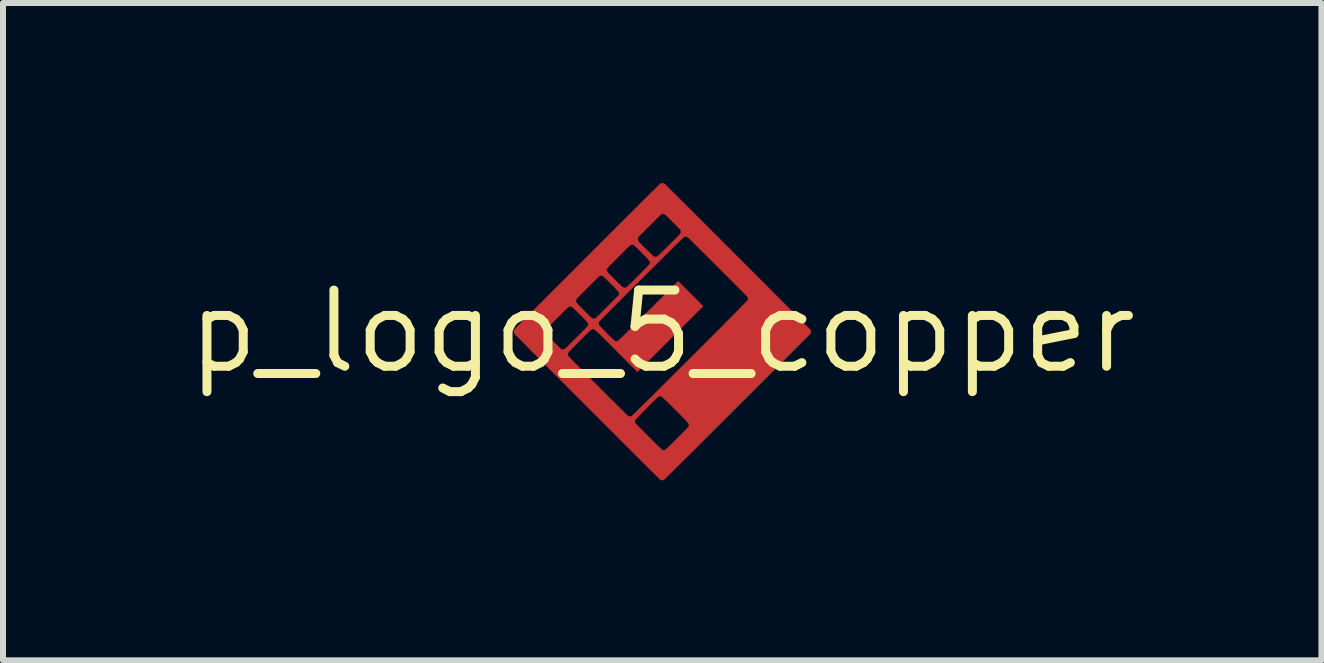
<source format=kicad_pcb>
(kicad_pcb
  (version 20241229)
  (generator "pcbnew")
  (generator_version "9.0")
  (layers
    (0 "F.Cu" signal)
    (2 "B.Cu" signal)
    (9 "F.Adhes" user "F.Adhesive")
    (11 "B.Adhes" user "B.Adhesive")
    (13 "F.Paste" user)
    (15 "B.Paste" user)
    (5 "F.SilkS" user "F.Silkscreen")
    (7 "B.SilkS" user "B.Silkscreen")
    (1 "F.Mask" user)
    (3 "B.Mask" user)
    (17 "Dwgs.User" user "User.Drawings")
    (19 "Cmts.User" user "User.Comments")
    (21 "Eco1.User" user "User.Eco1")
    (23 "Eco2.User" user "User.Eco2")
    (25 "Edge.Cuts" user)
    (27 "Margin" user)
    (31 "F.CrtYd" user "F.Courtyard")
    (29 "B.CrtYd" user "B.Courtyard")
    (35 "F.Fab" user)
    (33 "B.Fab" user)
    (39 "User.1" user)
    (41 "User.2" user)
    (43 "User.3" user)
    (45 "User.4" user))
  (footprint "p_logo_5_copper"
    (layer "F.Cu")
    (at 7.99 2.476)
    (property "Reference" "p_logo_5_copper" (at 0 0 0) (layer "F.SilkS") (effects (font (size 1.27 1.27) (thickness 0.15))))
    (attr through_hole)
    (fp_poly (pts (xy 0.013 -2.469) (xy 0.03 -2.463) (xy 0.035 -2.46) (xy 0.038 -2.457) (xy 0.044 -2.451) (xy 0.055 -2.441) (xy 0.069 -2.427) (xy 0.086 -2.41) (xy 0.107 -2.39) (xy 0.131 -2.366) (xy 0.158 -2.339) (xy 0.188 -2.309) (xy 0.221 -2.277) (xy 0.256 -2.242) (xy 0.294 -2.204) (xy 0.334 -2.164) (xy 0.377 -2.122) (xy 0.421 -2.077) (xy 0.468 -2.031) (xy 0.516 -1.983) (xy 0.566 -1.932) (xy 0.618 -1.881) (xy 0.671 -1.828) (xy 0.726 -1.773) (xy 0.782 -1.717) (xy 0.838 -1.661) (xy 0.896 -1.603) (xy 0.955 -1.545) (xy 1.014 -1.485) (xy 1.073 -1.426) (xy 1.134 -1.366) (xy 1.194 -1.305) (xy 1.254 -1.245) (xy 1.315 -1.184) (xy 1.375 -1.124) (xy 1.435 -1.064) (xy 1.495 -1.004) (xy 1.554 -0.945) (xy 1.612 -0.886) (xy 1.67 -0.828) (xy 1.727 -0.772) (xy 1.782 -0.716) (xy 1.837 -0.661) (xy 1.89 -0.608) (xy 1.942 -0.556) (xy 1.992 -0.506) (xy 2.04 -0.457) (xy 2.086 -0.411) (xy 2.131 -0.366) (xy 2.173 -0.323) (xy 2.213 -0.283) (xy 2.251 -0.245) (xy 2.286 -0.21) (xy 2.319 -0.177) (xy 2.348 -0.147) (xy 2.375 -0.12) (xy 2.399 -0.096) (xy 2.419 -0.075) (xy 2.436 -0.058) (xy 2.45 -0.044) (xy 2.46 -0.033) (xy 2.467 -0.026) (xy 2.469 -0.023) (xy 2.469 -0.023) (xy 2.474 -0.007) (xy 2.475 0.01) (xy 2.47 0.027) (xy 2.469 0.03) (xy 2.467 0.032) (xy 2.463 0.037) (xy 2.457 0.043) (xy 2.449 0.052) (xy 2.438 0.063) (xy 2.425 0.076) (xy 2.41 0.092) (xy 2.392 0.111) (xy 2.371 0.132) (xy 2.347 0.156) (xy 2.321 0.182) (xy 2.292 0.211) (xy 2.26 0.244) (xy 2.225 0.279) (xy 2.187 0.317) (xy 2.146 0.358) (xy 2.102 0.402) (xy 2.055 0.449) (xy 2.004 0.5) (xy 1.95 0.554) (xy 1.893 0.611) (xy 1.832 0.672) (xy 1.768 0.737) (xy 1.7 0.804) (xy 1.628 0.876) (xy 1.553 0.951) (xy 1.474 1.03) (xy 1.391 1.113) (xy 1.304 1.199) (xy 1.251 1.253) (xy 1.181 1.322) (xy 1.113 1.391) (xy 1.045 1.458) (xy 0.979 1.524) (xy 0.914 1.589) (xy 0.851 1.652) (xy 0.789 1.714) (xy 0.728 1.774) (xy 0.67 1.833) (xy 0.613 1.889) (xy 0.558 1.944) (xy 0.505 1.997) (xy 0.454 2.047) (xy 0.406 2.095) (xy 0.36 2.141) (xy 0.316 2.184) (xy 0.276 2.225) (xy 0.237 2.263) (xy 0.202 2.298) (xy 0.17 2.33) (xy 0.14 2.359) (xy 0.114 2.385) (xy 0.091 2.407) (xy 0.072 2.427) (xy 0.056 2.442) (xy 0.043 2.455) (xy 0.035 2.463) (xy 0.03 2.468) (xy 0.029 2.469) (xy 0.014 2.475) (xy -0.001 2.477) (xy -0.015 2.475) (xy -0.017 2.474) (xy -0.027 2.47) (xy -0.035 2.465) (xy -0.036 2.464) (xy -0.038 2.462) (xy -0.044 2.456) (xy -0.054 2.446) (xy -0.068 2.432) (xy -0.086 2.415) (xy -0.106 2.394) (xy -0.13 2.37) (xy -0.158 2.343) (xy -0.188 2.313) (xy -0.222 2.28) (xy -0.258 2.243) (xy -0.297 2.204) (xy -0.339 2.163) (xy -0.383 2.118) (xy -0.43 2.072) (xy -0.479 2.023) (xy -0.53 1.971) (xy -0.584 1.918) (xy -0.64 1.862) (xy -0.697 1.805) (xy -0.756 1.746) (xy -0.817 1.685) (xy -0.88 1.622) (xy -0.944 1.558) (xy -0.998 1.503) (xy -0.459 1.503) (xy -0.454 1.521) (xy -0.451 1.528) (xy -0.448 1.532) (xy -0.443 1.538) (xy -0.435 1.547) (xy -0.424 1.559) (xy -0.41 1.573) (xy -0.393 1.591) (xy -0.373 1.611) (xy -0.35 1.635) (xy -0.322 1.662) (xy -0.292 1.693) (xy -0.257 1.728) (xy -0.229 1.756) (xy -0.2 1.785) (xy -0.172 1.813) (xy -0.145 1.839) (xy -0.12 1.864) (xy -0.096 1.887) (xy -0.075 1.908) (xy -0.056 1.927) (xy -0.04 1.943) (xy -0.026 1.956) (xy -0.016 1.966) (xy -0.009 1.972) (xy -0.006 1.974) (xy 0.011 1.981) (xy 0.026 1.983) (xy 0.042 1.98) (xy 0.054 1.975) (xy 0.057 1.973) (xy 0.063 1.968) (xy 0.07 1.961) (xy 0.081 1.952) (xy 0.094 1.94) (xy 0.109 1.925) (xy 0.128 1.906) (xy 0.15 1.885) (xy 0.175 1.86) (xy 0.204 1.831) (xy 0.237 1.799) (xy 0.25 1.785) (xy 0.282 1.754) (xy 0.31 1.726) (xy 0.334 1.701) (xy 0.355 1.68) (xy 0.374 1.662) (xy 0.389 1.646) (xy 0.402 1.633) (xy 0.412 1.622) (xy 0.421 1.613) (xy 0.427 1.606) (xy 0.432 1.6) (xy 0.436 1.595) (xy 0.439 1.591) (xy 0.441 1.587) (xy 0.442 1.585) (xy 0.448 1.568) (xy 0.448 1.551) (xy 0.443 1.533) (xy 0.442 1.531) (xy 0.439 1.527) (xy 0.432 1.52) (xy 0.422 1.509) (xy 0.409 1.495) (xy 0.394 1.479) (xy 0.375 1.46) (xy 0.355 1.439) (xy 0.333 1.417) (xy 0.309 1.393) (xy 0.285 1.368) (xy 0.259 1.342) (xy 0.233 1.316) (xy 0.207 1.29) (xy 0.181 1.264) (xy 0.155 1.238) (xy 0.13 1.213) (xy 0.106 1.19) (xy 0.084 1.168) (xy 0.063 1.148) (xy 0.044 1.13) (xy 0.028 1.114) (xy 0.014 1.101) (xy 0.004 1.091) (xy -0.003 1.085) (xy -0.007 1.082) (xy -0.025 1.077) (xy -0.042 1.076) (xy -0.06 1.081) (xy -0.061 1.082) (xy -0.064 1.084) (xy -0.068 1.086) (xy -0.072 1.089) (xy -0.077 1.093) (xy -0.083 1.098) (xy -0.091 1.105) (xy -0.101 1.114) (xy -0.112 1.125) (xy -0.125 1.138) (xy -0.142 1.154) (xy -0.16 1.173) (xy -0.182 1.195) (xy -0.207 1.22) (xy -0.236 1.248) (xy -0.261 1.273) (xy -0.287 1.301) (xy -0.313 1.327) (xy -0.338 1.352) (xy -0.361 1.375) (xy -0.382 1.397) (xy -0.4 1.416) (xy -0.417 1.433) (xy -0.43 1.447) (xy -0.44 1.458) (xy -0.448 1.466) (xy -0.451 1.47) (xy -0.451 1.47) (xy -0.457 1.486) (xy -0.459 1.503) (xy -0.998 1.503) (xy -1.009 1.493) (xy -1.076 1.426) (xy -1.143 1.359) (xy -1.212 1.29) (xy -1.252 1.25) (xy -1.339 1.163) (xy -1.421 1.081) (xy -1.499 1.002) (xy -1.574 0.928) (xy -1.645 0.856) (xy -1.713 0.789) (xy -1.777 0.725) (xy -1.837 0.664) (xy -1.895 0.607) (xy -1.949 0.553) (xy -1.999 0.502) (xy -2.047 0.454) (xy -2.091 0.409) (xy -2.127 0.373) (xy -1.577 0.373) (xy -1.576 0.391) (xy -1.572 0.406) (xy -1.57 0.409) (xy -1.567 0.413) (xy -1.562 0.419) (xy -1.554 0.427) (xy -1.545 0.437) (xy -1.533 0.449) (xy -1.519 0.464) (xy -1.502 0.481) (xy -1.483 0.501) (xy -1.461 0.524) (xy -1.435 0.55) (xy -1.406 0.579) (xy -1.374 0.611) (xy -1.339 0.647) (xy -1.3 0.686) (xy -1.256 0.729) (xy -1.242 0.744) (xy -1.206 0.78) (xy -1.17 0.816) (xy -1.136 0.85) (xy -1.102 0.884) (xy -1.07 0.916) (xy -1.04 0.946) (xy -1.012 0.975) (xy -0.985 1.001) (xy -0.962 1.025) (xy -0.94 1.047) (xy -0.922 1.065) (xy -0.907 1.081) (xy -0.895 1.093) (xy -0.886 1.101) (xy -0.883 1.104) (xy -0.871 1.117) (xy -0.858 1.129) (xy -0.847 1.14) (xy -0.837 1.149) (xy -0.833 1.152) (xy -0.825 1.159) (xy -0.819 1.164) (xy -0.816 1.167) (xy -0.816 1.167) (xy -0.814 1.17) (xy -0.808 1.176) (xy -0.799 1.186) (xy -0.787 1.198) (xy -0.773 1.212) (xy -0.757 1.228) (xy -0.74 1.246) (xy -0.721 1.264) (xy -0.702 1.283) (xy -0.683 1.302) (xy -0.664 1.321) (xy -0.646 1.339) (xy -0.629 1.356) (xy -0.613 1.371) (xy -0.6 1.384) (xy -0.589 1.395) (xy -0.58 1.403) (xy -0.575 1.407) (xy -0.574 1.408) (xy -0.557 1.418) (xy -0.54 1.422) (xy -0.524 1.421) (xy -0.509 1.415) (xy -0.506 1.413) (xy -0.499 1.406) (xy -0.488 1.396) (xy -0.474 1.383) (xy -0.457 1.366) (xy -0.436 1.345) (xy -0.412 1.322) (xy -0.385 1.296) (xy -0.356 1.266) (xy -0.323 1.235) (xy -0.289 1.2) (xy -0.252 1.164) (xy -0.212 1.125) (xy -0.171 1.084) (xy -0.128 1.041) (xy -0.083 0.997) (xy -0.037 0.951) (xy 0.011 0.903) (xy 0.06 0.854) (xy 0.111 0.804) (xy 0.162 0.753) (xy 0.214 0.701) (xy 0.267 0.648) (xy 0.32 0.595) (xy 0.374 0.542) (xy 0.428 0.488) (xy 0.482 0.434) (xy 0.536 0.38) (xy 0.59 0.326) (xy 0.643 0.273) (xy 0.696 0.22) (xy 0.748 0.168) (xy 0.799 0.117) (xy 0.85 0.066) (xy 0.899 0.017) (xy 0.947 -0.031) (xy 0.994 -0.078) (xy 1.039 -0.123) (xy 1.082 -0.167) (xy 1.123 -0.208) (xy 1.163 -0.248) (xy 1.2 -0.285) (xy 1.235 -0.321) (xy 1.267 -0.353) (xy 1.297 -0.384) (xy 1.324 -0.411) (xy 1.348 -0.436) (xy 1.369 -0.457) (xy 1.387 -0.475) (xy 1.402 -0.49) (xy 1.413 -0.502) (xy 1.42 -0.51) (xy 1.424 -0.514) (xy 1.424 -0.514) (xy 1.431 -0.532) (xy 1.432 -0.55) (xy 1.429 -0.568) (xy 1.425 -0.576) (xy 1.423 -0.579) (xy 1.416 -0.586) (xy 1.406 -0.597) (xy 1.392 -0.611) (xy 1.376 -0.629) (xy 1.356 -0.649) (xy 1.334 -0.672) (xy 1.309 -0.697) (xy 1.281 -0.725) (xy 1.252 -0.754) (xy 1.221 -0.786) (xy 1.187 -0.819) (xy 1.153 -0.854) (xy 1.117 -0.89) (xy 1.08 -0.927) (xy 1.042 -0.964) (xy 1.004 -1.003) (xy 0.965 -1.042) (xy 0.926 -1.081) (xy 0.887 -1.12) (xy 0.848 -1.158) (xy 0.81 -1.197) (xy 0.772 -1.234) (xy 0.735 -1.271) (xy 0.699 -1.307) (xy 0.664 -1.341) (xy 0.63 -1.374) (xy 0.599 -1.406) (xy 0.569 -1.435) (xy 0.541 -1.462) (xy 0.516 -1.487) (xy 0.493 -1.51) (xy 0.472 -1.529) (xy 0.455 -1.546) (xy 0.441 -1.559) (xy 0.43 -1.57) (xy 0.423 -1.576) (xy 0.419 -1.579) (xy 0.419 -1.579) (xy 0.401 -1.585) (xy 0.384 -1.586) (xy 0.366 -1.581) (xy 0.362 -1.578) (xy 0.358 -1.576) (xy 0.351 -1.569) (xy 0.34 -1.559) (xy 0.326 -1.545) (xy 0.309 -1.528) (xy 0.288 -1.508) (xy 0.265 -1.485) (xy 0.239 -1.459) (xy 0.21 -1.431) (xy 0.179 -1.4) (xy 0.145 -1.367) (xy 0.11 -1.332) (xy 0.072 -1.295) (xy 0.033 -1.257) (xy -0.007 -1.216) (xy -0.049 -1.175) (xy -0.092 -1.132) (xy -0.136 -1.088) (xy -0.181 -1.043) (xy -0.226 -0.998) (xy -0.272 -0.952) (xy -0.318 -0.906) (xy -0.365 -0.86) (xy -0.411 -0.814) (xy -0.457 -0.768) (xy -0.503 -0.722) (xy -0.548 -0.677) (xy -0.592 -0.633) (xy -0.635 -0.589) (xy -0.677 -0.547) (xy -0.718 -0.506) (xy -0.758 -0.466) (xy -0.796 -0.428) (xy -0.832 -0.392) (xy -0.866 -0.358) (xy -0.897 -0.325) (xy -0.927 -0.296) (xy -0.954 -0.268) (xy -0.978 -0.244) (xy -0.999 -0.222) (xy -1.018 -0.203) (xy -1.033 -0.188) (xy -1.045 -0.175) (xy -1.053 -0.167) (xy -1.057 -0.162) (xy -1.058 -0.161) (xy -1.063 -0.143) (xy -1.063 -0.125) (xy -1.058 -0.108) (xy -1.054 -0.103) (xy -1.047 -0.094) (xy -1.037 -0.083) (xy -1.024 -0.068) (xy -1.008 -0.052) (xy -0.991 -0.034) (xy -0.972 -0.015) (xy -0.952 0.005) (xy -0.932 0.026) (xy -0.911 0.047) (xy -0.891 0.067) (xy -0.871 0.086) (xy -0.853 0.104) (xy -0.836 0.12) (xy -0.821 0.134) (xy -0.808 0.145) (xy -0.799 0.154) (xy -0.792 0.159) (xy -0.791 0.159) (xy -0.773 0.165) (xy -0.755 0.166) (xy -0.737 0.161) (xy -0.737 0.161) (xy -0.734 0.159) (xy -0.731 0.156) (xy -0.725 0.152) (xy -0.718 0.145) (xy -0.709 0.137) (xy -0.698 0.126) (xy -0.685 0.113) (xy -0.669 0.098) (xy -0.651 0.081) (xy -0.631 0.06) (xy -0.608 0.038) (xy -0.582 0.012) (xy -0.553 -0.017) (xy -0.521 -0.048) (xy -0.486 -0.083) (xy -0.448 -0.121) (xy -0.406 -0.163) (xy -0.361 -0.208) (xy -0.312 -0.257) (xy -0.259 -0.31) (xy -0.229 -0.339) (xy 0.265 -0.834) (xy 0.472 -0.627) (xy 0.679 -0.421) (xy 0.134 0.124) (xy 0.088 0.171) (xy 0.042 0.216) (xy -0.002 0.26) (xy -0.045 0.303) (xy -0.086 0.344) (xy -0.125 0.383) (xy -0.163 0.421) (xy -0.199 0.457) (xy -0.233 0.49) (xy -0.264 0.521) (xy -0.292 0.55) (xy -0.319 0.576) (xy -0.342 0.599) (xy -0.362 0.619) (xy -0.379 0.636) (xy -0.393 0.649) (xy -0.403 0.66) (xy -0.41 0.666) (xy -0.413 0.669) (xy -0.413 0.669) (xy -0.415 0.667) (xy -0.421 0.661) (xy -0.431 0.652) (xy -0.444 0.639) (xy -0.46 0.623) (xy -0.479 0.604) (xy -0.501 0.582) (xy -0.525 0.558) (xy -0.552 0.531) (xy -0.581 0.503) (xy -0.612 0.472) (xy -0.645 0.439) (xy -0.679 0.405) (xy -0.714 0.37) (xy -0.751 0.333) (xy -0.763 0.32) (xy -0.808 0.276) (xy -0.848 0.235) (xy -0.885 0.198) (xy -0.919 0.164) (xy -0.949 0.133) (xy -0.977 0.106) (xy -1.001 0.082) (xy -1.023 0.06) (xy -1.042 0.042) (xy -1.059 0.025) (xy -1.074 0.011) (xy -1.086 -0.001) (xy -1.097 -0.011) (xy -1.107 -0.019) (xy -1.115 -0.026) (xy -1.121 -0.031) (xy -1.127 -0.035) (xy -1.132 -0.038) (xy -1.136 -0.04) (xy -1.14 -0.041) (xy -1.143 -0.042) (xy -1.146 -0.042) (xy -1.15 -0.042) (xy -1.153 -0.042) (xy -1.154 -0.042) (xy -1.159 -0.042) (xy -1.163 -0.042) (xy -1.167 -0.041) (xy -1.172 -0.04) (xy -1.177 -0.037) (xy -1.183 -0.033) (xy -1.19 -0.028) (xy -1.198 -0.022) (xy -1.208 -0.013) (xy -1.219 -0.002) (xy -1.233 0.011) (xy -1.249 0.027) (xy -1.268 0.045) (xy -1.29 0.066) (xy -1.315 0.091) (xy -1.343 0.119) (xy -1.375 0.151) (xy -1.381 0.157) (xy -1.414 0.191) (xy -1.444 0.22) (xy -1.469 0.246) (xy -1.492 0.269) (xy -1.511 0.289) (xy -1.527 0.306) (xy -1.541 0.32) (xy -1.551 0.331) (xy -1.56 0.34) (xy -1.566 0.347) (xy -1.57 0.352) (xy -1.572 0.355) (xy -1.572 0.356) (xy -1.577 0.373) (xy -2.127 0.373) (xy -2.133 0.368) (xy -2.172 0.329) (xy -2.208 0.293) (xy -2.241 0.259) (xy -2.271 0.228) (xy -2.299 0.2) (xy -2.325 0.174) (xy -2.348 0.151) (xy -2.369 0.13) (xy -2.387 0.111) (xy -2.404 0.095) (xy -2.418 0.08) (xy -2.43 0.067) (xy -2.441 0.057) (xy -2.449 0.048) (xy -2.456 0.041) (xy -2.461 0.035) (xy -2.464 0.031) (xy -2.466 0.029) (xy -2.466 0.028) (xy -2.472 0.01) (xy -2.471 0.009) (xy -1.955 0.009) (xy -1.951 0.026) (xy -1.949 0.03) (xy -1.947 0.034) (xy -1.944 0.039) (xy -1.94 0.044) (xy -1.935 0.05) (xy -1.928 0.058) (xy -1.918 0.068) (xy -1.907 0.08) (xy -1.893 0.095) (xy -1.875 0.113) (xy -1.855 0.134) (xy -1.83 0.158) (xy -1.828 0.16) (xy -1.801 0.187) (xy -1.778 0.21) (xy -1.758 0.23) (xy -1.741 0.246) (xy -1.727 0.26) (xy -1.715 0.271) (xy -1.705 0.28) (xy -1.697 0.287) (xy -1.69 0.292) (xy -1.685 0.296) (xy -1.68 0.299) (xy -1.675 0.301) (xy -1.674 0.301) (xy -1.66 0.304) (xy -1.644 0.303) (xy -1.628 0.299) (xy -1.622 0.295) (xy -1.618 0.292) (xy -1.611 0.286) (xy -1.6 0.275) (xy -1.586 0.262) (xy -1.57 0.246) (xy -1.551 0.227) (xy -1.529 0.207) (xy -1.506 0.184) (xy -1.482 0.159) (xy -1.456 0.133) (xy -1.429 0.107) (xy -1.426 0.104) (xy -1.394 0.072) (xy -1.365 0.043) (xy -1.34 0.018) (xy -1.319 -0.004) (xy -1.3 -0.023) (xy -1.284 -0.039) (xy -1.271 -0.053) (xy -1.26 -0.065) (xy -1.252 -0.075) (xy -1.245 -0.083) (xy -1.24 -0.09) (xy -1.236 -0.096) (xy -1.233 -0.101) (xy -1.232 -0.105) (xy -1.231 -0.109) (xy -1.231 -0.114) (xy -1.231 -0.118) (xy -1.231 -0.119) (xy -1.231 -0.124) (xy -1.231 -0.129) (xy -1.232 -0.134) (xy -1.235 -0.14) (xy -1.238 -0.146) (xy -1.243 -0.153) (xy -1.25 -0.162) (xy -1.26 -0.172) (xy -1.271 -0.185) (xy -1.285 -0.199) (xy -1.302 -0.217) (xy -1.322 -0.237) (xy -1.346 -0.261) (xy -1.369 -0.284) (xy -1.396 -0.311) (xy -1.419 -0.334) (xy -1.439 -0.353) (xy -1.456 -0.37) (xy -1.47 -0.383) (xy -1.482 -0.394) (xy -1.491 -0.402) (xy -1.5 -0.409) (xy -1.507 -0.414) (xy -1.512 -0.417) (xy -1.518 -0.419) (xy -1.523 -0.42) (xy -1.528 -0.42) (xy -1.532 -0.42) (xy -1.537 -0.42) (xy -1.541 -0.42) (xy -1.545 -0.419) (xy -1.55 -0.418) (xy -1.554 -0.416) (xy -1.56 -0.412) (xy -1.567 -0.407) (xy -1.575 -0.401) (xy -1.584 -0.392) (xy -1.596 -0.382) (xy -1.609 -0.369) (xy -1.625 -0.354) (xy -1.644 -0.336) (xy -1.665 -0.315) (xy -1.689 -0.29) (xy -1.717 -0.262) (xy -1.749 -0.231) (xy -1.756 -0.224) (xy -1.791 -0.189) (xy -1.822 -0.157) (xy -1.849 -0.13) (xy -1.873 -0.106) (xy -1.893 -0.085) (xy -1.91 -0.068) (xy -1.923 -0.054) (xy -1.934 -0.043) (xy -1.941 -0.034) (xy -1.946 -0.028) (xy -1.948 -0.026) (xy -1.954 -0.008) (xy -1.955 0.009) (xy -2.471 0.009) (xy -2.471 -0.008) (xy -2.466 -0.024) (xy -2.465 -0.026) (xy -2.462 -0.028) (xy -2.459 -0.032) (xy -2.454 -0.037) (xy -2.448 -0.044) (xy -2.44 -0.052) (xy -2.431 -0.062) (xy -2.42 -0.073) (xy -2.407 -0.086) (xy -2.393 -0.101) (xy -2.376 -0.118) (xy -2.358 -0.136) (xy -2.337 -0.157) (xy -2.315 -0.18) (xy -2.289 -0.206) (xy -2.262 -0.233) (xy -2.232 -0.263) (xy -2.2 -0.296) (xy -2.165 -0.331) (xy -2.127 -0.369) (xy -2.087 -0.409) (xy -2.044 -0.453) (xy -1.997 -0.499) (xy -1.992 -0.504) (xy -1.44 -0.504) (xy -1.436 -0.487) (xy -1.434 -0.483) (xy -1.431 -0.478) (xy -1.424 -0.47) (xy -1.413 -0.458) (xy -1.4 -0.443) (xy -1.382 -0.425) (xy -1.361 -0.403) (xy -1.335 -0.378) (xy -1.309 -0.351) (xy -1.287 -0.329) (xy -1.266 -0.308) (xy -1.247 -0.289) (xy -1.229 -0.271) (xy -1.213 -0.256) (xy -1.2 -0.243) (xy -1.19 -0.233) (xy -1.182 -0.227) (xy -1.179 -0.224) (xy -1.166 -0.217) (xy -1.153 -0.211) (xy -1.141 -0.209) (xy -1.14 -0.209) (xy -1.133 -0.21) (xy -1.124 -0.212) (xy -1.119 -0.213) (xy -1.116 -0.214) (xy -1.113 -0.216) (xy -1.109 -0.219) (xy -1.105 -0.222) (xy -1.099 -0.227) (xy -1.092 -0.233) (xy -1.083 -0.242) (xy -1.072 -0.252) (xy -1.059 -0.264) (xy -1.044 -0.279) (xy -1.026 -0.297) (xy -1.005 -0.318) (xy -0.98 -0.342) (xy -0.953 -0.37) (xy -0.921 -0.401) (xy -0.918 -0.404) (xy -0.882 -0.44) (xy -0.85 -0.473) (xy -0.822 -0.501) (xy -0.797 -0.526) (xy -0.777 -0.547) (xy -0.759 -0.565) (xy -0.746 -0.579) (xy -0.735 -0.591) (xy -0.728 -0.599) (xy -0.724 -0.604) (xy -0.724 -0.604) (xy -0.718 -0.62) (xy -0.716 -0.632) (xy -0.716 -0.638) (xy -0.717 -0.643) (xy -0.718 -0.648) (xy -0.72 -0.654) (xy -0.723 -0.66) (xy -0.727 -0.666) (xy -0.734 -0.675) (xy -0.742 -0.684) (xy -0.753 -0.696) (xy -0.766 -0.71) (xy -0.782 -0.726) (xy -0.801 -0.745) (xy -0.824 -0.768) (xy -0.85 -0.794) (xy -0.853 -0.798) (xy -0.881 -0.825) (xy -0.906 -0.85) (xy -0.927 -0.87) (xy -0.944 -0.887) (xy -0.959 -0.901) (xy -0.97 -0.912) (xy -0.979 -0.92) (xy -0.986 -0.925) (xy -0.99 -0.928) (xy -0.991 -0.928) (xy -1.008 -0.933) (xy -1.026 -0.933) (xy -1.044 -0.929) (xy -1.044 -0.928) (xy -1.048 -0.925) (xy -1.056 -0.919) (xy -1.067 -0.909) (xy -1.081 -0.896) (xy -1.098 -0.88) (xy -1.116 -0.862) (xy -1.137 -0.842) (xy -1.159 -0.82) (xy -1.182 -0.798) (xy -1.206 -0.774) (xy -1.23 -0.749) (xy -1.255 -0.725) (xy -1.279 -0.7) (xy -1.303 -0.676) (xy -1.326 -0.653) (xy -1.348 -0.631) (xy -1.368 -0.611) (xy -1.386 -0.592) (xy -1.401 -0.576) (xy -1.414 -0.562) (xy -1.424 -0.551) (xy -1.431 -0.543) (xy -1.434 -0.539) (xy -1.439 -0.522) (xy -1.44 -0.504) (xy -1.992 -0.504) (xy -1.948 -0.548) (xy -1.896 -0.601) (xy -1.84 -0.657) (xy -1.781 -0.716) (xy -1.719 -0.778) (xy -1.653 -0.844) (xy -1.583 -0.913) (xy -1.51 -0.986) (xy -1.472 -1.024) (xy -0.926 -1.024) (xy -0.926 -1.019) (xy -0.925 -1.013) (xy -0.924 -1.008) (xy -0.921 -1.002) (xy -0.918 -0.996) (xy -0.913 -0.988) (xy -0.906 -0.979) (xy -0.897 -0.969) (xy -0.886 -0.957) (xy -0.872 -0.942) (xy -0.855 -0.925) (xy -0.835 -0.904) (xy -0.811 -0.88) (xy -0.789 -0.859) (xy -0.762 -0.832) (xy -0.739 -0.808) (xy -0.719 -0.789) (xy -0.702 -0.772) (xy -0.688 -0.759) (xy -0.677 -0.749) (xy -0.668 -0.741) (xy -0.661 -0.735) (xy -0.656 -0.732) (xy -0.655 -0.731) (xy -0.637 -0.726) (xy -0.618 -0.726) (xy -0.6 -0.731) (xy -0.597 -0.732) (xy -0.592 -0.736) (xy -0.584 -0.743) (xy -0.573 -0.753) (xy -0.559 -0.766) (xy -0.542 -0.782) (xy -0.523 -0.8) (xy -0.502 -0.82) (xy -0.48 -0.842) (xy -0.457 -0.865) (xy -0.433 -0.889) (xy -0.408 -0.914) (xy -0.384 -0.938) (xy -0.359 -0.963) (xy -0.335 -0.987) (xy -0.313 -1.01) (xy -0.291 -1.032) (xy -0.271 -1.052) (xy -0.253 -1.071) (xy -0.238 -1.087) (xy -0.225 -1.101) (xy -0.215 -1.112) (xy -0.209 -1.12) (xy -0.206 -1.123) (xy -0.201 -1.141) (xy -0.201 -1.158) (xy -0.208 -1.175) (xy -0.208 -1.176) (xy -0.212 -1.181) (xy -0.219 -1.189) (xy -0.229 -1.201) (xy -0.242 -1.215) (xy -0.257 -1.231) (xy -0.274 -1.249) (xy -0.293 -1.268) (xy -0.312 -1.288) (xy -0.332 -1.309) (xy -0.352 -1.329) (xy -0.372 -1.349) (xy -0.391 -1.368) (xy -0.409 -1.386) (xy -0.425 -1.402) (xy -0.439 -1.415) (xy -0.451 -1.426) (xy -0.459 -1.434) (xy -0.464 -1.438) (xy -0.475 -1.445) (xy -0.486 -1.448) (xy -0.496 -1.45) (xy -0.501 -1.45) (xy -0.506 -1.451) (xy -0.51 -1.45) (xy -0.515 -1.45) (xy -0.52 -1.448) (xy -0.525 -1.445) (xy -0.532 -1.441) (xy -0.539 -1.435) (xy -0.548 -1.428) (xy -0.559 -1.419) (xy -0.571 -1.407) (xy -0.586 -1.393) (xy -0.604 -1.376) (xy -0.624 -1.356) (xy -0.647 -1.333) (xy -0.673 -1.307) (xy -0.703 -1.277) (xy -0.727 -1.252) (xy -0.76 -1.22) (xy -0.788 -1.191) (xy -0.814 -1.166) (xy -0.836 -1.144) (xy -0.854 -1.124) (xy -0.87 -1.108) (xy -0.884 -1.094) (xy -0.895 -1.082) (xy -0.904 -1.072) (xy -0.911 -1.063) (xy -0.916 -1.056) (xy -0.92 -1.05) (xy -0.923 -1.044) (xy -0.924 -1.04) (xy -0.925 -1.035) (xy -0.926 -1.031) (xy -0.926 -1.026) (xy -0.926 -1.024) (xy -1.472 -1.024) (xy -1.434 -1.063) (xy -1.353 -1.143) (xy -1.269 -1.228) (xy -1.253 -1.243) (xy -1.181 -1.315) (xy -1.111 -1.386) (xy -1.041 -1.455) (xy -0.973 -1.523) (xy -0.966 -1.53) (xy -0.411 -1.53) (xy -0.405 -1.511) (xy -0.405 -1.511) (xy -0.403 -1.507) (xy -0.401 -1.503) (xy -0.397 -1.498) (xy -0.392 -1.492) (xy -0.385 -1.484) (xy -0.377 -1.475) (xy -0.366 -1.464) (xy -0.352 -1.45) (xy -0.336 -1.434) (xy -0.317 -1.415) (xy -0.294 -1.392) (xy -0.276 -1.374) (xy -0.254 -1.353) (xy -0.233 -1.332) (xy -0.214 -1.313) (xy -0.196 -1.296) (xy -0.181 -1.281) (xy -0.168 -1.269) (xy -0.158 -1.259) (xy -0.152 -1.253) (xy -0.149 -1.25) (xy -0.134 -1.243) (xy -0.116 -1.24) (xy -0.098 -1.241) (xy -0.083 -1.246) (xy -0.08 -1.248) (xy -0.076 -1.251) (xy -0.071 -1.256) (xy -0.063 -1.262) (xy -0.054 -1.271) (xy -0.043 -1.281) (xy -0.029 -1.294) (xy -0.013 -1.31) (xy 0.006 -1.328) (xy 0.028 -1.349) (xy 0.052 -1.374) (xy 0.08 -1.401) (xy 0.111 -1.432) (xy 0.145 -1.466) (xy 0.184 -1.504) (xy 0.207 -1.527) (xy 0.23 -1.55) (xy 0.25 -1.57) (xy 0.266 -1.587) (xy 0.28 -1.601) (xy 0.291 -1.613) (xy 0.299 -1.622) (xy 0.305 -1.631) (xy 0.309 -1.638) (xy 0.312 -1.644) (xy 0.313 -1.65) (xy 0.314 -1.656) (xy 0.314 -1.663) (xy 0.314 -1.664) (xy 0.314 -1.669) (xy 0.314 -1.674) (xy 0.312 -1.68) (xy 0.31 -1.685) (xy 0.306 -1.692) (xy 0.301 -1.699) (xy 0.294 -1.708) (xy 0.285 -1.718) (xy 0.273 -1.731) (xy 0.258 -1.746) (xy 0.241 -1.764) (xy 0.22 -1.784) (xy 0.196 -1.809) (xy 0.175 -1.829) (xy 0.147 -1.858) (xy 0.121 -1.883) (xy 0.099 -1.905) (xy 0.08 -1.923) (xy 0.065 -1.937) (xy 0.053 -1.948) (xy 0.045 -1.955) (xy 0.041 -1.957) (xy 0.025 -1.962) (xy 0.008 -1.963) (xy -0.008 -1.959) (xy -0.017 -1.955) (xy -0.021 -1.952) (xy -0.029 -1.945) (xy -0.041 -1.934) (xy -0.055 -1.921) (xy -0.071 -1.905) (xy -0.09 -1.887) (xy -0.11 -1.867) (xy -0.132 -1.845) (xy -0.155 -1.822) (xy -0.179 -1.799) (xy -0.204 -1.774) (xy -0.228 -1.75) (xy -0.252 -1.726) (xy -0.276 -1.702) (xy -0.299 -1.679) (xy -0.32 -1.657) (xy -0.34 -1.637) (xy -0.358 -1.619) (xy -0.373 -1.603) (xy -0.386 -1.589) (xy -0.396 -1.579) (xy -0.402 -1.572) (xy -0.405 -1.568) (xy -0.405 -1.568) (xy -0.411 -1.549) (xy -0.411 -1.53) (xy -0.966 -1.53) (xy -0.906 -1.59) (xy -0.842 -1.655) (xy -0.778 -1.718) (xy -0.717 -1.779) (xy -0.658 -1.838) (xy -0.6 -1.895) (xy -0.545 -1.95) (xy -0.492 -2.003) (xy -0.441 -2.054) (xy -0.393 -2.101) (xy -0.348 -2.147) (xy -0.305 -2.19) (xy -0.264 -2.23) (xy -0.227 -2.267) (xy -0.193 -2.301) (xy -0.161 -2.332) (xy -0.133 -2.36) (xy -0.108 -2.385) (xy -0.087 -2.406) (xy -0.068 -2.424) (xy -0.054 -2.438) (xy -0.043 -2.449) (xy -0.036 -2.455) (xy -0.033 -2.458) (xy -0.033 -2.458) (xy -0.017 -2.467) (xy -0.002 -2.471) (xy 0.013 -2.469)) (stroke (width 0.01) (type solid)) (fill yes) (layer "F.Cu"))
    (fp_poly (pts (xy 0.013 -2.469) (xy 0.03 -2.463) (xy 0.035 -2.46) (xy 0.038 -2.457) (xy 0.044 -2.451) (xy 0.055 -2.441) (xy 0.069 -2.427) (xy 0.086 -2.41) (xy 0.107 -2.39) (xy 0.131 -2.366) (xy 0.158 -2.339) (xy 0.188 -2.309) (xy 0.221 -2.277) (xy 0.256 -2.242) (xy 0.294 -2.204) (xy 0.334 -2.164) (xy 0.377 -2.122) (xy 0.421 -2.077) (xy 0.468 -2.031) (xy 0.516 -1.983) (xy 0.566 -1.932) (xy 0.618 -1.881) (xy 0.671 -1.828) (xy 0.726 -1.773) (xy 0.782 -1.717) (xy 0.838 -1.661) (xy 0.896 -1.603) (xy 0.955 -1.545) (xy 1.014 -1.485) (xy 1.073 -1.426) (xy 1.134 -1.366) (xy 1.194 -1.305) (xy 1.254 -1.245) (xy 1.315 -1.184) (xy 1.375 -1.124) (xy 1.435 -1.064) (xy 1.495 -1.004) (xy 1.554 -0.945) (xy 1.612 -0.886) (xy 1.67 -0.828) (xy 1.727 -0.772) (xy 1.782 -0.716) (xy 1.837 -0.661) (xy 1.89 -0.608) (xy 1.942 -0.556) (xy 1.992 -0.506) (xy 2.04 -0.457) (xy 2.086 -0.411) (xy 2.131 -0.366) (xy 2.173 -0.323) (xy 2.213 -0.283) (xy 2.251 -0.245) (xy 2.286 -0.21) (xy 2.319 -0.177) (xy 2.348 -0.147) (xy 2.375 -0.12) (xy 2.399 -0.096) (xy 2.419 -0.075) (xy 2.436 -0.058) (xy 2.45 -0.044) (xy 2.46 -0.033) (xy 2.467 -0.026) (xy 2.469 -0.023) (xy 2.469 -0.023) (xy 2.474 -0.007) (xy 2.475 0.01) (xy 2.47 0.027) (xy 2.469 0.03) (xy 2.467 0.032) (xy 2.463 0.037) (xy 2.457 0.043) (xy 2.449 0.052) (xy 2.438 0.063) (xy 2.425 0.076) (xy 2.41 0.092) (xy 2.392 0.111) (xy 2.371 0.132) (xy 2.347 0.156) (xy 2.321 0.182) (xy 2.292 0.211) (xy 2.26 0.244) (xy 2.225 0.279) (xy 2.187 0.317) (xy 2.146 0.358) (xy 2.102 0.402) (xy 2.055 0.449) (xy 2.004 0.5) (xy 1.95 0.554) (xy 1.893 0.611) (xy 1.832 0.672) (xy 1.768 0.737) (xy 1.7 0.804) (xy 1.628 0.876) (xy 1.553 0.951) (xy 1.474 1.03) (xy 1.391 1.113) (xy 1.304 1.199) (xy 1.251 1.253) (xy 1.181 1.322) (xy 1.113 1.391) (xy 1.045 1.458) (xy 0.979 1.524) (xy 0.914 1.589) (xy 0.851 1.652) (xy 0.789 1.714) (xy 0.728 1.774) (xy 0.67 1.833) (xy 0.613 1.889) (xy 0.558 1.944) (xy 0.505 1.997) (xy 0.454 2.047) (xy 0.406 2.095) (xy 0.36 2.141) (xy 0.316 2.184) (xy 0.276 2.225) (xy 0.237 2.263) (xy 0.202 2.298) (xy 0.17 2.33) (xy 0.14 2.359) (xy 0.114 2.385) (xy 0.091 2.407) (xy 0.072 2.427) (xy 0.056 2.442) (xy 0.043 2.455) (xy 0.035 2.463) (xy 0.03 2.468) (xy 0.029 2.469) (xy 0.014 2.475) (xy -0.001 2.477) (xy -0.015 2.475) (xy -0.017 2.474) (xy -0.027 2.47) (xy -0.035 2.465) (xy -0.036 2.464) (xy -0.038 2.462) (xy -0.044 2.456) (xy -0.054 2.446) (xy -0.068 2.432) (xy -0.086 2.415) (xy -0.106 2.394) (xy -0.13 2.37) (xy -0.158 2.343) (xy -0.188 2.313) (xy -0.222 2.28) (xy -0.258 2.243) (xy -0.297 2.204) (xy -0.339 2.163) (xy -0.383 2.118) (xy -0.43 2.072) (xy -0.479 2.023) (xy -0.53 1.971) (xy -0.584 1.918) (xy -0.64 1.862) (xy -0.697 1.805) (xy -0.756 1.746) (xy -0.817 1.685) (xy -0.88 1.622) (xy -0.944 1.558) (xy -0.998 1.503) (xy -0.459 1.503) (xy -0.454 1.521) (xy -0.451 1.528) (xy -0.448 1.532) (xy -0.443 1.538) (xy -0.435 1.547) (xy -0.424 1.559) (xy -0.41 1.573) (xy -0.393 1.591) (xy -0.373 1.611) (xy -0.35 1.635) (xy -0.322 1.662) (xy -0.292 1.693) (xy -0.257 1.728) (xy -0.229 1.756) (xy -0.2 1.785) (xy -0.172 1.813) (xy -0.145 1.839) (xy -0.12 1.864) (xy -0.096 1.887) (xy -0.075 1.908) (xy -0.056 1.927) (xy -0.04 1.943) (xy -0.026 1.956) (xy -0.016 1.966) (xy -0.009 1.972) (xy -0.006 1.974) (xy 0.011 1.981) (xy 0.026 1.983) (xy 0.042 1.98) (xy 0.054 1.975) (xy 0.057 1.973) (xy 0.063 1.968) (xy 0.07 1.961) (xy 0.081 1.952) (xy 0.094 1.94) (xy 0.109 1.925) (xy 0.128 1.906) (xy 0.15 1.885) (xy 0.175 1.86) (xy 0.204 1.831) (xy 0.237 1.799) (xy 0.25 1.785) (xy 0.282 1.754) (xy 0.31 1.726) (xy 0.334 1.701) (xy 0.355 1.68) (xy 0.374 1.662) (xy 0.389 1.646) (xy 0.402 1.633) (xy 0.412 1.622) (xy 0.421 1.613) (xy 0.427 1.606) (xy 0.432 1.6) (xy 0.436 1.595) (xy 0.439 1.591) (xy 0.441 1.587) (xy 0.442 1.585) (xy 0.448 1.568) (xy 0.448 1.551) (xy 0.443 1.533) (xy 0.442 1.531) (xy 0.439 1.527) (xy 0.432 1.52) (xy 0.422 1.509) (xy 0.409 1.495) (xy 0.394 1.479) (xy 0.375 1.46) (xy 0.355 1.439) (xy 0.333 1.417) (xy 0.309 1.393) (xy 0.285 1.368) (xy 0.259 1.342) (xy 0.233 1.316) (xy 0.207 1.29) (xy 0.181 1.264) (xy 0.155 1.238) (xy 0.13 1.213) (xy 0.106 1.19) (xy 0.084 1.168) (xy 0.063 1.148) (xy 0.044 1.13) (xy 0.028 1.114) (xy 0.014 1.101) (xy 0.004 1.091) (xy -0.003 1.085) (xy -0.007 1.082) (xy -0.025 1.077) (xy -0.042 1.076) (xy -0.06 1.081) (xy -0.061 1.082) (xy -0.064 1.084) (xy -0.068 1.086) (xy -0.072 1.089) (xy -0.077 1.093) (xy -0.083 1.098) (xy -0.091 1.105) (xy -0.101 1.114) (xy -0.112 1.125) (xy -0.125 1.138) (xy -0.142 1.154) (xy -0.16 1.173) (xy -0.182 1.195) (xy -0.207 1.22) (xy -0.236 1.248) (xy -0.261 1.273) (xy -0.287 1.301) (xy -0.313 1.327) (xy -0.338 1.352) (xy -0.361 1.375) (xy -0.382 1.397) (xy -0.4 1.416) (xy -0.417 1.433) (xy -0.43 1.447) (xy -0.44 1.458) (xy -0.448 1.466) (xy -0.451 1.47) (xy -0.451 1.47) (xy -0.457 1.486) (xy -0.459 1.503) (xy -0.998 1.503) (xy -1.009 1.493) (xy -1.076 1.426) (xy -1.143 1.359) (xy -1.212 1.29) (xy -1.252 1.25) (xy -1.339 1.163) (xy -1.421 1.081) (xy -1.499 1.002) (xy -1.574 0.928) (xy -1.645 0.856) (xy -1.713 0.789) (xy -1.777 0.725) (xy -1.837 0.664) (xy -1.895 0.607) (xy -1.949 0.553) (xy -1.999 0.502) (xy -2.047 0.454) (xy -2.091 0.409) (xy -2.127 0.373) (xy -1.577 0.373) (xy -1.576 0.391) (xy -1.572 0.406) (xy -1.57 0.409) (xy -1.567 0.413) (xy -1.562 0.419) (xy -1.554 0.427) (xy -1.545 0.437) (xy -1.533 0.449) (xy -1.519 0.464) (xy -1.502 0.481) (xy -1.483 0.501) (xy -1.461 0.524) (xy -1.435 0.55) (xy -1.406 0.579) (xy -1.374 0.611) (xy -1.339 0.647) (xy -1.3 0.686) (xy -1.256 0.729) (xy -1.242 0.744) (xy -1.206 0.78) (xy -1.17 0.816) (xy -1.136 0.85) (xy -1.102 0.884) (xy -1.07 0.916) (xy -1.04 0.946) (xy -1.012 0.975) (xy -0.985 1.001) (xy -0.962 1.025) (xy -0.94 1.047) (xy -0.922 1.065) (xy -0.907 1.081) (xy -0.895 1.093) (xy -0.886 1.101) (xy -0.883 1.104) (xy -0.871 1.117) (xy -0.858 1.129) (xy -0.847 1.14) (xy -0.837 1.149) (xy -0.833 1.152) (xy -0.825 1.159) (xy -0.819 1.164) (xy -0.816 1.167) (xy -0.816 1.167) (xy -0.814 1.17) (xy -0.808 1.176) (xy -0.799 1.186) (xy -0.787 1.198) (xy -0.773 1.212) (xy -0.757 1.228) (xy -0.74 1.246) (xy -0.721 1.264) (xy -0.702 1.283) (xy -0.683 1.302) (xy -0.664 1.321) (xy -0.646 1.339) (xy -0.629 1.356) (xy -0.613 1.371) (xy -0.6 1.384) (xy -0.589 1.395) (xy -0.58 1.403) (xy -0.575 1.407) (xy -0.574 1.408) (xy -0.557 1.418) (xy -0.54 1.422) (xy -0.524 1.421) (xy -0.509 1.415) (xy -0.506 1.413) (xy -0.499 1.406) (xy -0.488 1.396) (xy -0.474 1.383) (xy -0.457 1.366) (xy -0.436 1.345) (xy -0.412 1.322) (xy -0.385 1.296) (xy -0.356 1.266) (xy -0.323 1.235) (xy -0.289 1.2) (xy -0.252 1.164) (xy -0.212 1.125) (xy -0.171 1.084) (xy -0.128 1.041) (xy -0.083 0.997) (xy -0.037 0.951) (xy 0.011 0.903) (xy 0.06 0.854) (xy 0.111 0.804) (xy 0.162 0.753) (xy 0.214 0.701) (xy 0.267 0.648) (xy 0.32 0.595) (xy 0.374 0.542) (xy 0.428 0.488) (xy 0.482 0.434) (xy 0.536 0.38) (xy 0.59 0.326) (xy 0.643 0.273) (xy 0.696 0.22) (xy 0.748 0.168) (xy 0.799 0.117) (xy 0.85 0.066) (xy 0.899 0.017) (xy 0.947 -0.031) (xy 0.994 -0.078) (xy 1.039 -0.123) (xy 1.082 -0.167) (xy 1.123 -0.208) (xy 1.163 -0.248) (xy 1.2 -0.285) (xy 1.235 -0.321) (xy 1.267 -0.353) (xy 1.297 -0.384) (xy 1.324 -0.411) (xy 1.348 -0.436) (xy 1.369 -0.457) (xy 1.387 -0.475) (xy 1.402 -0.49) (xy 1.413 -0.502) (xy 1.42 -0.51) (xy 1.424 -0.514) (xy 1.424 -0.514) (xy 1.431 -0.532) (xy 1.432 -0.55) (xy 1.429 -0.568) (xy 1.425 -0.576) (xy 1.423 -0.579) (xy 1.416 -0.586) (xy 1.406 -0.597) (xy 1.392 -0.611) (xy 1.376 -0.629) (xy 1.356 -0.649) (xy 1.334 -0.672) (xy 1.309 -0.697) (xy 1.281 -0.725) (xy 1.252 -0.754) (xy 1.221 -0.786) (xy 1.187 -0.819) (xy 1.153 -0.854) (xy 1.117 -0.89) (xy 1.08 -0.927) (xy 1.042 -0.964) (xy 1.004 -1.003) (xy 0.965 -1.042) (xy 0.926 -1.081) (xy 0.887 -1.12) (xy 0.848 -1.158) (xy 0.81 -1.197) (xy 0.772 -1.234) (xy 0.735 -1.271) (xy 0.699 -1.307) (xy 0.664 -1.341) (xy 0.63 -1.374) (xy 0.599 -1.406) (xy 0.569 -1.435) (xy 0.541 -1.462) (xy 0.516 -1.487) (xy 0.493 -1.51) (xy 0.472 -1.529) (xy 0.455 -1.546) (xy 0.441 -1.559) (xy 0.43 -1.57) (xy 0.423 -1.576) (xy 0.419 -1.579) (xy 0.419 -1.579) (xy 0.401 -1.585) (xy 0.384 -1.586) (xy 0.366 -1.581) (xy 0.362 -1.578) (xy 0.358 -1.576) (xy 0.351 -1.569) (xy 0.34 -1.559) (xy 0.326 -1.545) (xy 0.309 -1.528) (xy 0.288 -1.508) (xy 0.265 -1.485) (xy 0.239 -1.459) (xy 0.21 -1.431) (xy 0.179 -1.4) (xy 0.145 -1.367) (xy 0.11 -1.332) (xy 0.072 -1.295) (xy 0.033 -1.257) (xy -0.007 -1.216) (xy -0.049 -1.175) (xy -0.092 -1.132) (xy -0.136 -1.088) (xy -0.181 -1.043) (xy -0.226 -0.998) (xy -0.272 -0.952) (xy -0.318 -0.906) (xy -0.365 -0.86) (xy -0.411 -0.814) (xy -0.457 -0.768) (xy -0.503 -0.722) (xy -0.548 -0.677) (xy -0.592 -0.633) (xy -0.635 -0.589) (xy -0.677 -0.547) (xy -0.718 -0.506) (xy -0.758 -0.466) (xy -0.796 -0.428) (xy -0.832 -0.392) (xy -0.866 -0.358) (xy -0.897 -0.325) (xy -0.927 -0.296) (xy -0.954 -0.268) (xy -0.978 -0.244) (xy -0.999 -0.222) (xy -1.018 -0.203) (xy -1.033 -0.188) (xy -1.045 -0.175) (xy -1.053 -0.167) (xy -1.057 -0.162) (xy -1.058 -0.161) (xy -1.063 -0.143) (xy -1.063 -0.125) (xy -1.058 -0.108) (xy -1.054 -0.103) (xy -1.047 -0.094) (xy -1.037 -0.083) (xy -1.024 -0.068) (xy -1.008 -0.052) (xy -0.991 -0.034) (xy -0.972 -0.015) (xy -0.952 0.005) (xy -0.932 0.026) (xy -0.911 0.047) (xy -0.891 0.067) (xy -0.871 0.086) (xy -0.853 0.104) (xy -0.836 0.12) (xy -0.821 0.134) (xy -0.808 0.145) (xy -0.799 0.154) (xy -0.792 0.159) (xy -0.791 0.159) (xy -0.773 0.165) (xy -0.755 0.166) (xy -0.737 0.161) (xy -0.737 0.161) (xy -0.734 0.159) (xy -0.731 0.156) (xy -0.725 0.152) (xy -0.718 0.145) (xy -0.709 0.137) (xy -0.698 0.126) (xy -0.685 0.113) (xy -0.669 0.098) (xy -0.651 0.081) (xy -0.631 0.06) (xy -0.608 0.038) (xy -0.582 0.012) (xy -0.553 -0.017) (xy -0.521 -0.048) (xy -0.486 -0.083) (xy -0.448 -0.121) (xy -0.406 -0.163) (xy -0.361 -0.208) (xy -0.312 -0.257) (xy -0.259 -0.31) (xy -0.229 -0.339) (xy 0.265 -0.834) (xy 0.472 -0.627) (xy 0.679 -0.421) (xy 0.134 0.124) (xy 0.088 0.171) (xy 0.042 0.216) (xy -0.002 0.26) (xy -0.045 0.303) (xy -0.086 0.344) (xy -0.125 0.383) (xy -0.163 0.421) (xy -0.199 0.457) (xy -0.233 0.49) (xy -0.264 0.521) (xy -0.292 0.55) (xy -0.319 0.576) (xy -0.342 0.599) (xy -0.362 0.619) (xy -0.379 0.636) (xy -0.393 0.649) (xy -0.403 0.66) (xy -0.41 0.666) (xy -0.413 0.669) (xy -0.413 0.669) (xy -0.415 0.667) (xy -0.421 0.661) (xy -0.431 0.652) (xy -0.444 0.639) (xy -0.46 0.623) (xy -0.479 0.604) (xy -0.501 0.582) (xy -0.525 0.558) (xy -0.552 0.531) (xy -0.581 0.503) (xy -0.612 0.472) (xy -0.645 0.439) (xy -0.679 0.405) (xy -0.714 0.37) (xy -0.751 0.333) (xy -0.763 0.32) (xy -0.808 0.276) (xy -0.848 0.235) (xy -0.885 0.198) (xy -0.919 0.164) (xy -0.949 0.133) (xy -0.977 0.106) (xy -1.001 0.082) (xy -1.023 0.06) (xy -1.042 0.042) (xy -1.059 0.025) (xy -1.074 0.011) (xy -1.086 -0.001) (xy -1.097 -0.011) (xy -1.107 -0.019) (xy -1.115 -0.026) (xy -1.121 -0.031) (xy -1.127 -0.035) (xy -1.132 -0.038) (xy -1.136 -0.04) (xy -1.14 -0.041) (xy -1.143 -0.042) (xy -1.146 -0.042) (xy -1.15 -0.042) (xy -1.153 -0.042) (xy -1.154 -0.042) (xy -1.159 -0.042) (xy -1.163 -0.042) (xy -1.167 -0.041) (xy -1.172 -0.04) (xy -1.177 -0.037) (xy -1.183 -0.033) (xy -1.19 -0.028) (xy -1.198 -0.022) (xy -1.208 -0.013) (xy -1.219 -0.002) (xy -1.233 0.011) (xy -1.249 0.027) (xy -1.268 0.045) (xy -1.29 0.066) (xy -1.315 0.091) (xy -1.343 0.119) (xy -1.375 0.151) (xy -1.381 0.157) (xy -1.414 0.191) (xy -1.444 0.22) (xy -1.469 0.246) (xy -1.492 0.269) (xy -1.511 0.289) (xy -1.527 0.306) (xy -1.541 0.32) (xy -1.551 0.331) (xy -1.56 0.34) (xy -1.566 0.347) (xy -1.57 0.352) (xy -1.572 0.355) (xy -1.572 0.356) (xy -1.577 0.373) (xy -2.127 0.373) (xy -2.133 0.368) (xy -2.172 0.329) (xy -2.208 0.293) (xy -2.241 0.259) (xy -2.271 0.228) (xy -2.299 0.2) (xy -2.325 0.174) (xy -2.348 0.151) (xy -2.369 0.13) (xy -2.387 0.111) (xy -2.404 0.095) (xy -2.418 0.08) (xy -2.43 0.067) (xy -2.441 0.057) (xy -2.449 0.048) (xy -2.456 0.041) (xy -2.461 0.035) (xy -2.464 0.031) (xy -2.466 0.029) (xy -2.466 0.028) (xy -2.472 0.01) (xy -2.471 0.009) (xy -1.955 0.009) (xy -1.951 0.026) (xy -1.949 0.03) (xy -1.947 0.034) (xy -1.944 0.039) (xy -1.94 0.044) (xy -1.935 0.05) (xy -1.928 0.058) (xy -1.918 0.068) (xy -1.907 0.08) (xy -1.893 0.095) (xy -1.875 0.113) (xy -1.855 0.134) (xy -1.83 0.158) (xy -1.828 0.16) (xy -1.801 0.187) (xy -1.778 0.21) (xy -1.758 0.23) (xy -1.741 0.246) (xy -1.727 0.26) (xy -1.715 0.271) (xy -1.705 0.28) (xy -1.697 0.287) (xy -1.69 0.292) (xy -1.685 0.296) (xy -1.68 0.299) (xy -1.675 0.301) (xy -1.674 0.301) (xy -1.66 0.304) (xy -1.644 0.303) (xy -1.628 0.299) (xy -1.622 0.295) (xy -1.618 0.292) (xy -1.611 0.286) (xy -1.6 0.275) (xy -1.586 0.262) (xy -1.57 0.246) (xy -1.551 0.227) (xy -1.529 0.207) (xy -1.506 0.184) (xy -1.482 0.159) (xy -1.456 0.133) (xy -1.429 0.107) (xy -1.426 0.104) (xy -1.394 0.072) (xy -1.365 0.043) (xy -1.34 0.018) (xy -1.319 -0.004) (xy -1.3 -0.023) (xy -1.284 -0.039) (xy -1.271 -0.053) (xy -1.26 -0.065) (xy -1.252 -0.075) (xy -1.245 -0.083) (xy -1.24 -0.09) (xy -1.236 -0.096) (xy -1.233 -0.101) (xy -1.232 -0.105) (xy -1.231 -0.109) (xy -1.231 -0.114) (xy -1.231 -0.118) (xy -1.231 -0.119) (xy -1.231 -0.124) (xy -1.231 -0.129) (xy -1.232 -0.134) (xy -1.235 -0.14) (xy -1.238 -0.146) (xy -1.243 -0.153) (xy -1.25 -0.162) (xy -1.26 -0.172) (xy -1.271 -0.185) (xy -1.285 -0.199) (xy -1.302 -0.217) (xy -1.322 -0.237) (xy -1.346 -0.261) (xy -1.369 -0.284) (xy -1.396 -0.311) (xy -1.419 -0.334) (xy -1.439 -0.353) (xy -1.456 -0.37) (xy -1.47 -0.383) (xy -1.482 -0.394) (xy -1.491 -0.402) (xy -1.5 -0.409) (xy -1.507 -0.414) (xy -1.512 -0.417) (xy -1.518 -0.419) (xy -1.523 -0.42) (xy -1.528 -0.42) (xy -1.532 -0.42) (xy -1.537 -0.42) (xy -1.541 -0.42) (xy -1.545 -0.419) (xy -1.55 -0.418) (xy -1.554 -0.416) (xy -1.56 -0.412) (xy -1.567 -0.407) (xy -1.575 -0.401) (xy -1.584 -0.392) (xy -1.596 -0.382) (xy -1.609 -0.369) (xy -1.625 -0.354) (xy -1.644 -0.336) (xy -1.665 -0.315) (xy -1.689 -0.29) (xy -1.717 -0.262) (xy -1.749 -0.231) (xy -1.756 -0.224) (xy -1.791 -0.189) (xy -1.822 -0.157) (xy -1.849 -0.13) (xy -1.873 -0.106) (xy -1.893 -0.085) (xy -1.91 -0.068) (xy -1.923 -0.054) (xy -1.934 -0.043) (xy -1.941 -0.034) (xy -1.946 -0.028) (xy -1.948 -0.026) (xy -1.954 -0.008) (xy -1.955 0.009) (xy -2.471 0.009) (xy -2.471 -0.008) (xy -2.466 -0.024) (xy -2.465 -0.026) (xy -2.462 -0.028) (xy -2.459 -0.032) (xy -2.454 -0.037) (xy -2.448 -0.044) (xy -2.44 -0.052) (xy -2.431 -0.062) (xy -2.42 -0.073) (xy -2.407 -0.086) (xy -2.393 -0.101) (xy -2.376 -0.118) (xy -2.358 -0.136) (xy -2.337 -0.157) (xy -2.315 -0.18) (xy -2.289 -0.206) (xy -2.262 -0.233) (xy -2.232 -0.263) (xy -2.2 -0.296) (xy -2.165 -0.331) (xy -2.127 -0.369) (xy -2.087 -0.409) (xy -2.044 -0.453) (xy -1.997 -0.499) (xy -1.992 -0.504) (xy -1.44 -0.504) (xy -1.436 -0.487) (xy -1.434 -0.483) (xy -1.431 -0.478) (xy -1.424 -0.47) (xy -1.413 -0.458) (xy -1.4 -0.443) (xy -1.382 -0.425) (xy -1.361 -0.403) (xy -1.335 -0.378) (xy -1.309 -0.351) (xy -1.287 -0.329) (xy -1.266 -0.308) (xy -1.247 -0.289) (xy -1.229 -0.271) (xy -1.213 -0.256) (xy -1.2 -0.243) (xy -1.19 -0.233) (xy -1.182 -0.227) (xy -1.179 -0.224) (xy -1.166 -0.217) (xy -1.153 -0.211) (xy -1.141 -0.209) (xy -1.14 -0.209) (xy -1.133 -0.21) (xy -1.124 -0.212) (xy -1.119 -0.213) (xy -1.116 -0.214) (xy -1.113 -0.216) (xy -1.109 -0.219) (xy -1.105 -0.222) (xy -1.099 -0.227) (xy -1.092 -0.233) (xy -1.083 -0.242) (xy -1.072 -0.252) (xy -1.059 -0.264) (xy -1.044 -0.279) (xy -1.026 -0.297) (xy -1.005 -0.318) (xy -0.98 -0.342) (xy -0.953 -0.37) (xy -0.921 -0.401) (xy -0.918 -0.404) (xy -0.882 -0.44) (xy -0.85 -0.473) (xy -0.822 -0.501) (xy -0.797 -0.526) (xy -0.777 -0.547) (xy -0.759 -0.565) (xy -0.746 -0.579) (xy -0.735 -0.591) (xy -0.728 -0.599) (xy -0.724 -0.604) (xy -0.724 -0.604) (xy -0.718 -0.62) (xy -0.716 -0.632) (xy -0.716 -0.638) (xy -0.717 -0.643) (xy -0.718 -0.648) (xy -0.72 -0.654) (xy -0.723 -0.66) (xy -0.727 -0.666) (xy -0.734 -0.675) (xy -0.742 -0.684) (xy -0.753 -0.696) (xy -0.766 -0.71) (xy -0.782 -0.726) (xy -0.801 -0.745) (xy -0.824 -0.768) (xy -0.85 -0.794) (xy -0.853 -0.798) (xy -0.881 -0.825) (xy -0.906 -0.85) (xy -0.927 -0.87) (xy -0.944 -0.887) (xy -0.959 -0.901) (xy -0.97 -0.912) (xy -0.979 -0.92) (xy -0.986 -0.925) (xy -0.99 -0.928) (xy -0.991 -0.928) (xy -1.008 -0.933) (xy -1.026 -0.933) (xy -1.044 -0.929) (xy -1.044 -0.928) (xy -1.048 -0.925) (xy -1.056 -0.919) (xy -1.067 -0.909) (xy -1.081 -0.896) (xy -1.098 -0.88) (xy -1.116 -0.862) (xy -1.137 -0.842) (xy -1.159 -0.82) (xy -1.182 -0.798) (xy -1.206 -0.774) (xy -1.23 -0.749) (xy -1.255 -0.725) (xy -1.279 -0.7) (xy -1.303 -0.676) (xy -1.326 -0.653) (xy -1.348 -0.631) (xy -1.368 -0.611) (xy -1.386 -0.592) (xy -1.401 -0.576) (xy -1.414 -0.562) (xy -1.424 -0.551) (xy -1.431 -0.543) (xy -1.434 -0.539) (xy -1.439 -0.522) (xy -1.44 -0.504) (xy -1.992 -0.504) (xy -1.948 -0.548) (xy -1.896 -0.601) (xy -1.84 -0.657) (xy -1.781 -0.716) (xy -1.719 -0.778) (xy -1.653 -0.844) (xy -1.583 -0.913) (xy -1.51 -0.986) (xy -1.472 -1.024) (xy -0.926 -1.024) (xy -0.926 -1.019) (xy -0.925 -1.013) (xy -0.924 -1.008) (xy -0.921 -1.002) (xy -0.918 -0.996) (xy -0.913 -0.988) (xy -0.906 -0.979) (xy -0.897 -0.969) (xy -0.886 -0.957) (xy -0.872 -0.942) (xy -0.855 -0.925) (xy -0.835 -0.904) (xy -0.811 -0.88) (xy -0.789 -0.859) (xy -0.762 -0.832) (xy -0.739 -0.808) (xy -0.719 -0.789) (xy -0.702 -0.772) (xy -0.688 -0.759) (xy -0.677 -0.749) (xy -0.668 -0.741) (xy -0.661 -0.735) (xy -0.656 -0.732) (xy -0.655 -0.731) (xy -0.637 -0.726) (xy -0.618 -0.726) (xy -0.6 -0.731) (xy -0.597 -0.732) (xy -0.592 -0.736) (xy -0.584 -0.743) (xy -0.573 -0.753) (xy -0.559 -0.766) (xy -0.542 -0.782) (xy -0.523 -0.8) (xy -0.502 -0.82) (xy -0.48 -0.842) (xy -0.457 -0.865) (xy -0.433 -0.889) (xy -0.408 -0.914) (xy -0.384 -0.938) (xy -0.359 -0.963) (xy -0.335 -0.987) (xy -0.313 -1.01) (xy -0.291 -1.032) (xy -0.271 -1.052) (xy -0.253 -1.071) (xy -0.238 -1.087) (xy -0.225 -1.101) (xy -0.215 -1.112) (xy -0.209 -1.12) (xy -0.206 -1.123) (xy -0.201 -1.141) (xy -0.201 -1.158) (xy -0.208 -1.175) (xy -0.208 -1.176) (xy -0.212 -1.181) (xy -0.219 -1.189) (xy -0.229 -1.201) (xy -0.242 -1.215) (xy -0.257 -1.231) (xy -0.274 -1.249) (xy -0.293 -1.268) (xy -0.312 -1.288) (xy -0.332 -1.309) (xy -0.352 -1.329) (xy -0.372 -1.349) (xy -0.391 -1.368) (xy -0.409 -1.386) (xy -0.425 -1.402) (xy -0.439 -1.415) (xy -0.451 -1.426) (xy -0.459 -1.434) (xy -0.464 -1.438) (xy -0.475 -1.445) (xy -0.486 -1.448) (xy -0.496 -1.45) (xy -0.501 -1.45) (xy -0.506 -1.451) (xy -0.51 -1.45) (xy -0.515 -1.45) (xy -0.52 -1.448) (xy -0.525 -1.445) (xy -0.532 -1.441) (xy -0.539 -1.435) (xy -0.548 -1.428) (xy -0.559 -1.419) (xy -0.571 -1.407) (xy -0.586 -1.393) (xy -0.604 -1.376) (xy -0.624 -1.356) (xy -0.647 -1.333) (xy -0.673 -1.307) (xy -0.703 -1.277) (xy -0.727 -1.252) (xy -0.76 -1.22) (xy -0.788 -1.191) (xy -0.814 -1.166) (xy -0.836 -1.144) (xy -0.854 -1.124) (xy -0.87 -1.108) (xy -0.884 -1.094) (xy -0.895 -1.082) (xy -0.904 -1.072) (xy -0.911 -1.063) (xy -0.916 -1.056) (xy -0.92 -1.05) (xy -0.923 -1.044) (xy -0.924 -1.04) (xy -0.925 -1.035) (xy -0.926 -1.031) (xy -0.926 -1.026) (xy -0.926 -1.024) (xy -1.472 -1.024) (xy -1.434 -1.063) (xy -1.353 -1.143) (xy -1.269 -1.228) (xy -1.253 -1.243) (xy -1.181 -1.315) (xy -1.111 -1.386) (xy -1.041 -1.455) (xy -0.973 -1.523) (xy -0.966 -1.53) (xy -0.411 -1.53) (xy -0.405 -1.511) (xy -0.405 -1.511) (xy -0.403 -1.507) (xy -0.401 -1.503) (xy -0.397 -1.498) (xy -0.392 -1.492) (xy -0.385 -1.484) (xy -0.377 -1.475) (xy -0.366 -1.464) (xy -0.352 -1.45) (xy -0.336 -1.434) (xy -0.317 -1.415) (xy -0.294 -1.392) (xy -0.276 -1.374) (xy -0.254 -1.353) (xy -0.233 -1.332) (xy -0.214 -1.313) (xy -0.196 -1.296) (xy -0.181 -1.281) (xy -0.168 -1.269) (xy -0.158 -1.259) (xy -0.152 -1.253) (xy -0.149 -1.25) (xy -0.134 -1.243) (xy -0.116 -1.24) (xy -0.098 -1.241) (xy -0.083 -1.246) (xy -0.08 -1.248) (xy -0.076 -1.251) (xy -0.071 -1.256) (xy -0.063 -1.262) (xy -0.054 -1.271) (xy -0.043 -1.281) (xy -0.029 -1.294) (xy -0.013 -1.31) (xy 0.006 -1.328) (xy 0.028 -1.349) (xy 0.052 -1.374) (xy 0.08 -1.401) (xy 0.111 -1.432) (xy 0.145 -1.466) (xy 0.184 -1.504) (xy 0.207 -1.527) (xy 0.23 -1.55) (xy 0.25 -1.57) (xy 0.266 -1.587) (xy 0.28 -1.601) (xy 0.291 -1.613) (xy 0.299 -1.622) (xy 0.305 -1.631) (xy 0.309 -1.638) (xy 0.312 -1.644) (xy 0.313 -1.65) (xy 0.314 -1.656) (xy 0.314 -1.663) (xy 0.314 -1.664) (xy 0.314 -1.669) (xy 0.314 -1.674) (xy 0.312 -1.68) (xy 0.31 -1.685) (xy 0.306 -1.692) (xy 0.301 -1.699) (xy 0.294 -1.708) (xy 0.285 -1.718) (xy 0.273 -1.731) (xy 0.258 -1.746) (xy 0.241 -1.764) (xy 0.22 -1.784) (xy 0.196 -1.809) (xy 0.175 -1.829) (xy 0.147 -1.858) (xy 0.121 -1.883) (xy 0.099 -1.905) (xy 0.08 -1.923) (xy 0.065 -1.937) (xy 0.053 -1.948) (xy 0.045 -1.955) (xy 0.041 -1.957) (xy 0.025 -1.962) (xy 0.008 -1.963) (xy -0.008 -1.959) (xy -0.017 -1.955) (xy -0.021 -1.952) (xy -0.029 -1.945) (xy -0.041 -1.934) (xy -0.055 -1.921) (xy -0.071 -1.905) (xy -0.09 -1.887) (xy -0.11 -1.867) (xy -0.132 -1.845) (xy -0.155 -1.822) (xy -0.179 -1.799) (xy -0.204 -1.774) (xy -0.228 -1.75) (xy -0.252 -1.726) (xy -0.276 -1.702) (xy -0.299 -1.679) (xy -0.32 -1.657) (xy -0.34 -1.637) (xy -0.358 -1.619) (xy -0.373 -1.603) (xy -0.386 -1.589) (xy -0.396 -1.579) (xy -0.402 -1.572) (xy -0.405 -1.568) (xy -0.405 -1.568) (xy -0.411 -1.549) (xy -0.411 -1.53) (xy -0.966 -1.53) (xy -0.906 -1.59) (xy -0.842 -1.655) (xy -0.778 -1.718) (xy -0.717 -1.779) (xy -0.658 -1.838) (xy -0.6 -1.895) (xy -0.545 -1.95) (xy -0.492 -2.003) (xy -0.441 -2.054) (xy -0.393 -2.101) (xy -0.348 -2.147) (xy -0.305 -2.19) (xy -0.264 -2.23) (xy -0.227 -2.267) (xy -0.193 -2.301) (xy -0.161 -2.332) (xy -0.133 -2.36) (xy -0.108 -2.385) (xy -0.087 -2.406) (xy -0.068 -2.424) (xy -0.054 -2.438) (xy -0.043 -2.449) (xy -0.036 -2.455) (xy -0.033 -2.458) (xy -0.033 -2.458) (xy -0.017 -2.467) (xy -0.002 -2.471) (xy 0.013 -2.469)) (stroke (width 0.01) (type solid)) (fill yes) (layer "F.Mask")))
  (gr_rect
    (start -3 -3)
    (end 18.98 7.958)
    (stroke (width 0.1) (type default))
    (fill no)
    (layer "Edge.Cuts")))
</source>
